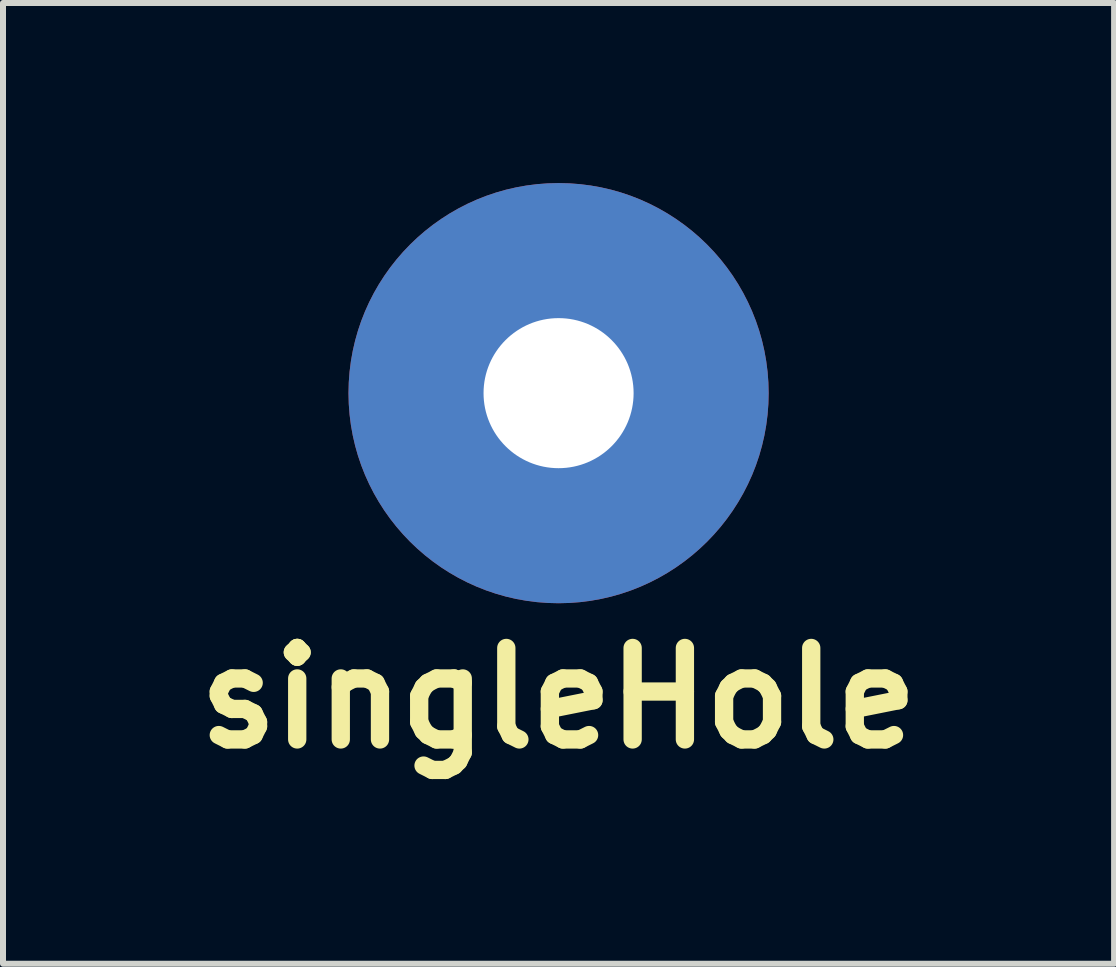
<source format=kicad_pcb>
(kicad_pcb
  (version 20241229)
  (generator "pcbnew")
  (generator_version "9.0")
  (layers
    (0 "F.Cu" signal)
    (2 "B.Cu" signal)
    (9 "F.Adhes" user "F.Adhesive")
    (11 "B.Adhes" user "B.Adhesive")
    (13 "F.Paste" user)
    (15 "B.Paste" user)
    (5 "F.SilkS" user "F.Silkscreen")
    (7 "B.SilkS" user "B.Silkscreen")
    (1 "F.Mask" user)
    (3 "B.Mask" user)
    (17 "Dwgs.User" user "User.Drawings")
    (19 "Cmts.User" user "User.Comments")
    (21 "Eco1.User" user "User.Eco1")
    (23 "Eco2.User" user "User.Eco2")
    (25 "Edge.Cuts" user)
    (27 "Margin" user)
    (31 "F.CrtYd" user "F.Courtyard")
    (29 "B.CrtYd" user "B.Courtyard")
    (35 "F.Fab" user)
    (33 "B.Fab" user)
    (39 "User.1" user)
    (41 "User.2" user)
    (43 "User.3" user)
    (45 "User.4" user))
  (footprint "singleHole"
    (layer "F.Cu")
    (at 6.256 3.5)
    (property "Reference" "singleHole" (at 0 5.08 0) (layer "F.SilkS") (effects (font (size 1.524 1.524) (thickness 0.305))))
    (attr exclude_from_pos_files exclude_from_bom)
    (pad "1" thru_hole circle (at 0 0) (size 7 7) (drill 2.5) (layers "*.Cu" "*.Mask")))
  (gr_rect
    (start -3 -3)
    (end 15.511 13.006)
    (stroke (width 0.1) (type default))
    (fill no)
    (layer "Edge.Cuts")))
</source>
